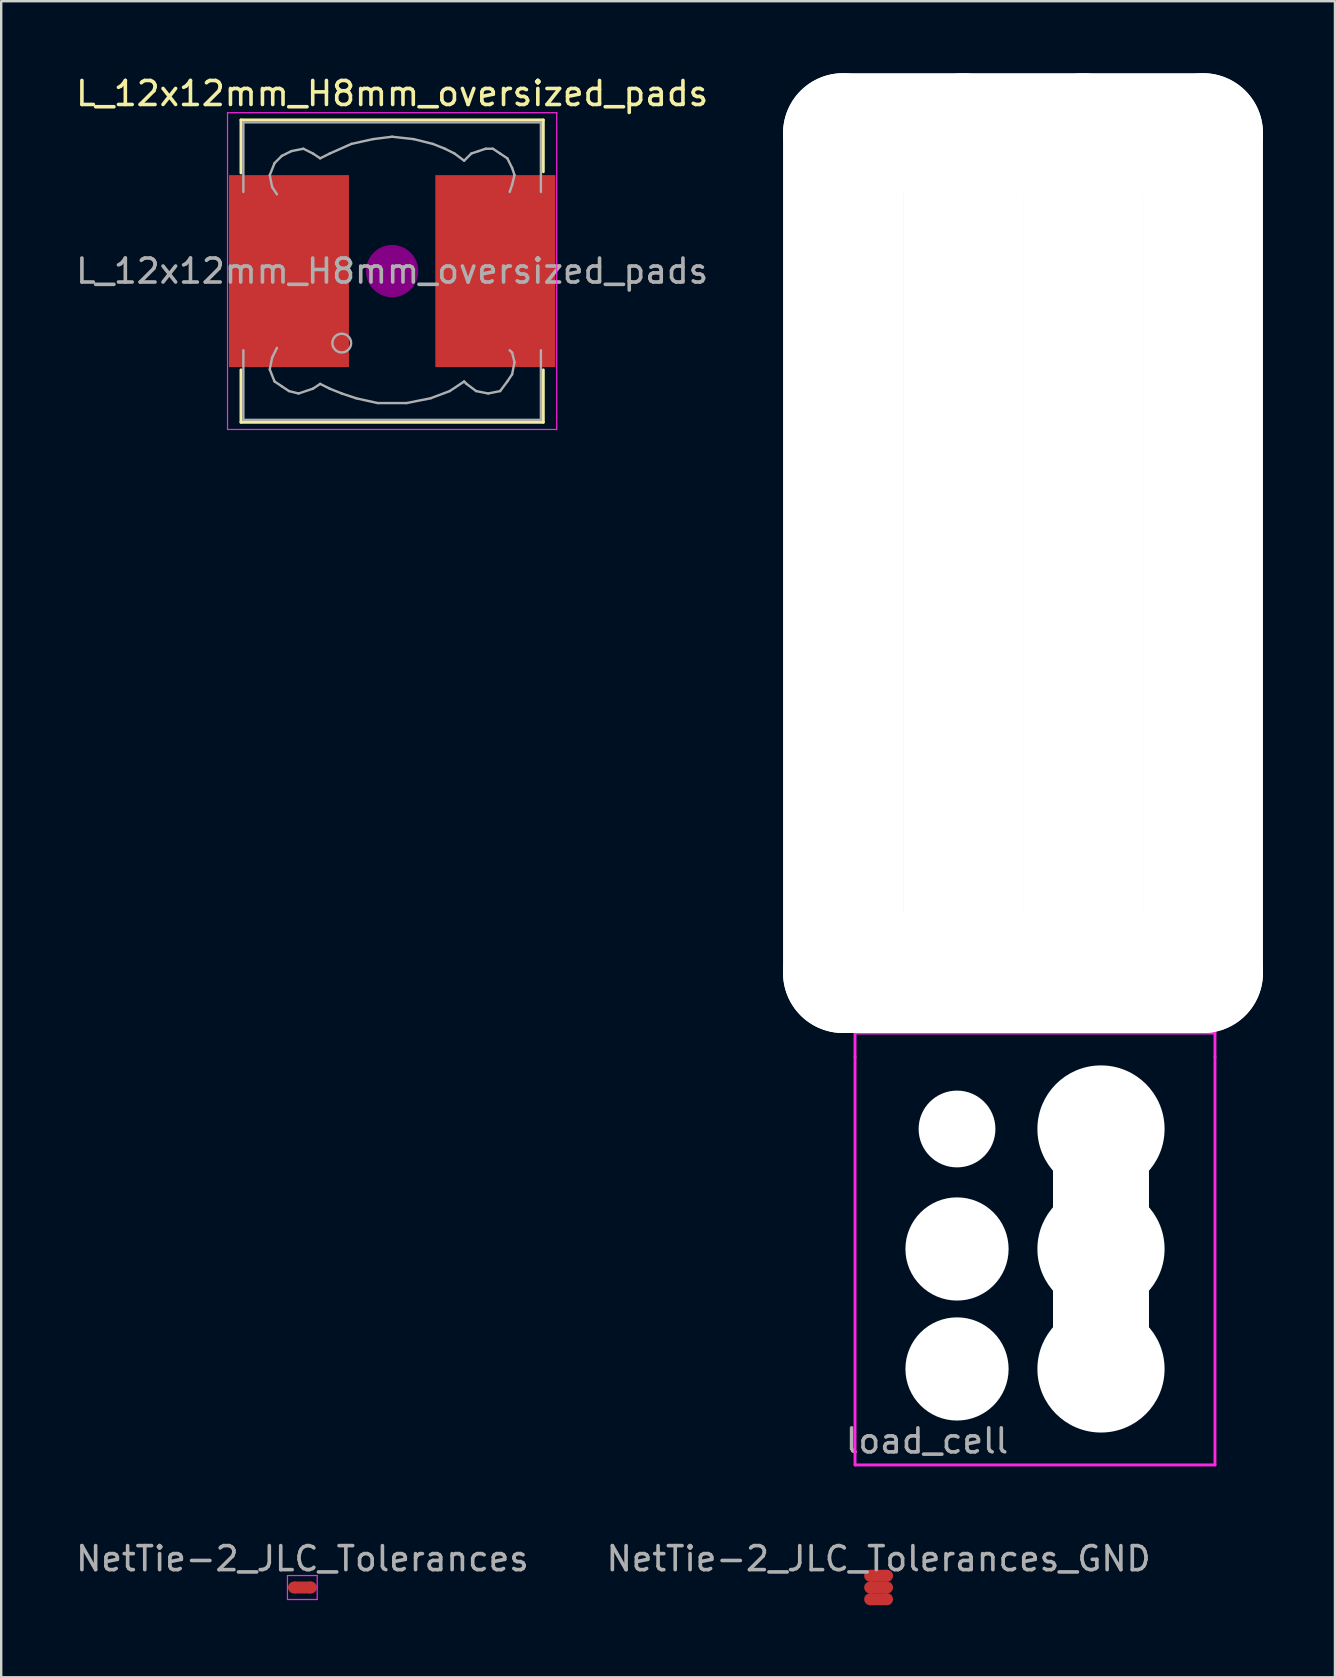
<source format=kicad_pcb>
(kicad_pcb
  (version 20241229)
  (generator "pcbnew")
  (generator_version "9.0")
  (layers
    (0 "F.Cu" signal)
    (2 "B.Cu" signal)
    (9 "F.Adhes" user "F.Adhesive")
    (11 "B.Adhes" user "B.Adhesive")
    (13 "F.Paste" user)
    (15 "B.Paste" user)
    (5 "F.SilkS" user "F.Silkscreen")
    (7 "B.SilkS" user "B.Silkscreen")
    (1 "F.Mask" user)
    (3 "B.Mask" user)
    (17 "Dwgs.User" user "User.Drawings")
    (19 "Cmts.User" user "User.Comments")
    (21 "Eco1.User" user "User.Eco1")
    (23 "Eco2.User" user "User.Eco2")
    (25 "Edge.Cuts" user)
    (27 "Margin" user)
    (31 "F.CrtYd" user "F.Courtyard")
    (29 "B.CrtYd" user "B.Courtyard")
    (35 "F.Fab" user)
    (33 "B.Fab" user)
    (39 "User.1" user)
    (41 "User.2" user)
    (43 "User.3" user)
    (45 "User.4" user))
  (footprint "NetTie-2_JLC_Tolerances"
    (layer "F.Cu")
    (at 9.554 63.108)
    (property "Reference" "NetTie-2_JLC_Tolerances" (at 0 -1.2 0) (layer "F.Fab") (effects (font (size 1 1) (thickness 0.15))))
    (attr exclude_from_pos_files exclude_from_bom)
    (fp_poly (pts (xy -0.351 -0.249) (xy 0.356 -0.249) (xy 0.356 0.249) (xy -0.351 0.249)) (stroke (width 0) (type solid)) (fill yes) (layer "F.Cu"))
    (fp_line (start -0.625 -0.5) (end -0.625 0.5) (stroke (width 0.05) (type solid)) (layer "F.CrtYd"))
    (fp_line (start -0.625 0.5) (end 0.615 0.5) (stroke (width 0.05) (type solid)) (layer "F.CrtYd"))
    (fp_line (start 0.615 -0.5) (end -0.625 -0.5) (stroke (width 0.05) (type solid)) (layer "F.CrtYd"))
    (fp_line (start 0.615 0.5) (end 0.615 -0.5) (stroke (width 0.05) (type solid)) (layer "F.CrtYd"))
    (pad "1" smd circle (at -0.351 0) (size 0.5 0.5) (layers "F.Cu"))
    (pad "2" smd circle (at 0.351 0) (size 0.5 0.5) (layers "F.Cu")))
  (footprint "L_12x12mm_H8mm_oversized_pads"
    (layer "F.Cu")
    (at 13.292 8.248)
    (property "Reference" "L_12x12mm_H8mm_oversized_pads" (at 0 -7.4 0) (layer "F.SilkS") (effects (font (size 1 1) (thickness 0.15))))
    (attr smd)
    (fp_line (start -6.3 -6.3) (end 6.3 -6.3) (stroke (width 0.12) (type solid)) (layer "F.SilkS"))
    (fp_line (start -6.3 -4.089) (end -6.3 -6.3) (stroke (width 0.12) (type solid)) (layer "F.SilkS"))
    (fp_line (start -6.3 6.3) (end -6.3 4.115) (stroke (width 0.12) (type solid)) (layer "F.SilkS"))
    (fp_line (start 6.3 -6.3) (end 6.3 -4.14) (stroke (width 0.12) (type solid)) (layer "F.SilkS"))
    (fp_line (start 6.3 4.115) (end 6.3 6.3) (stroke (width 0.12) (type solid)) (layer "F.SilkS"))
    (fp_line (start 6.3 6.3) (end -6.3 6.3) (stroke (width 0.12) (type solid)) (layer "F.SilkS"))
    (fp_circle (center 0 0) (end 0.15 0.15) (stroke (width 0.38) (type solid)) (fill no) (layer "F.Adhes"))
    (fp_circle (center 0 0) (end 0.55 0) (stroke (width 0.38) (type solid)) (fill no) (layer "F.Adhes"))
    (fp_circle (center 0 0) (end 0.9 0) (stroke (width 0.38) (type solid)) (fill no) (layer "F.Adhes"))
    (fp_line (start -6.86 -6.6) (end 6.86 -6.6) (stroke (width 0.05) (type solid)) (layer "F.CrtYd"))
    (fp_line (start -6.86 6.6) (end -6.86 -6.6) (stroke (width 0.05) (type solid)) (layer "F.CrtYd"))
    (fp_line (start 6.86 -6.6) (end 6.86 6.6) (stroke (width 0.05) (type solid)) (layer "F.CrtYd"))
    (fp_line (start 6.86 6.6) (end -6.86 6.6) (stroke (width 0.05) (type solid)) (layer "F.CrtYd"))
    (fp_line (start -6.2 -6.2) (end -6.2 -3.3) (stroke (width 0.1) (type solid)) (layer "F.Fab"))
    (fp_line (start -6.2 3.3) (end -6.2 6.2) (stroke (width 0.1) (type solid)) (layer "F.Fab"))
    (fp_line (start -6.2 6.2) (end 6.2 6.2) (stroke (width 0.1) (type solid)) (layer "F.Fab"))
    (fp_line (start -5.1 -4) (end -5 -3.5) (stroke (width 0.1) (type solid)) (layer "F.Fab"))
    (fp_line (start -5.1 4.1) (end -5 3.6) (stroke (width 0.1) (type solid)) (layer "F.Fab"))
    (fp_line (start -5 -3.5) (end -4.8 -3.2) (stroke (width 0.1) (type solid)) (layer "F.Fab"))
    (fp_line (start -5 3.6) (end -4.8 3.2) (stroke (width 0.1) (type solid)) (layer "F.Fab"))
    (fp_line (start -4.9 -4.5) (end -5.1 -4) (stroke (width 0.1) (type solid)) (layer "F.Fab"))
    (fp_line (start -4.9 4.6) (end -5.1 4.1) (stroke (width 0.1) (type solid)) (layer "F.Fab"))
    (fp_line (start -4.6 -4.8) (end -4.9 -4.5) (stroke (width 0.1) (type solid)) (layer "F.Fab"))
    (fp_line (start -4.6 4.8) (end -4.9 4.6) (stroke (width 0.1) (type solid)) (layer "F.Fab"))
    (fp_line (start -4.3 5) (end -4.6 4.8) (stroke (width 0.1) (type solid)) (layer "F.Fab"))
    (fp_line (start -4.2 -5) (end -4.6 -4.8) (stroke (width 0.1) (type solid)) (layer "F.Fab"))
    (fp_line (start -3.9 5.1) (end -4.3 5) (stroke (width 0.1) (type solid)) (layer "F.Fab"))
    (fp_line (start -3.7 -5.1) (end -4.2 -5) (stroke (width 0.1) (type solid)) (layer "F.Fab"))
    (fp_line (start -3.3 -4.9) (end -3.7 -5.1) (stroke (width 0.1) (type solid)) (layer "F.Fab"))
    (fp_line (start -3.3 4.9) (end -3.9 5.1) (stroke (width 0.1) (type solid)) (layer "F.Fab"))
    (fp_line (start -3 -4.7) (end -3.3 -4.9) (stroke (width 0.1) (type solid)) (layer "F.Fab"))
    (fp_line (start -3 4.7) (end -3.3 4.9) (stroke (width 0.1) (type solid)) (layer "F.Fab"))
    (fp_line (start -2.6 -4.9) (end -3 -4.7) (stroke (width 0.1) (type solid)) (layer "F.Fab"))
    (fp_line (start -2.6 4.9) (end -3 4.7) (stroke (width 0.1) (type solid)) (layer "F.Fab"))
    (fp_line (start -2.1 5.1) (end -2.6 4.9) (stroke (width 0.1) (type solid)) (layer "F.Fab"))
    (fp_line (start -1.7 -5.3) (end -2.6 -4.9) (stroke (width 0.1) (type solid)) (layer "F.Fab"))
    (fp_line (start -1.5 5.3) (end -2.1 5.1) (stroke (width 0.1) (type solid)) (layer "F.Fab"))
    (fp_line (start -0.8 -5.5) (end -1.7 -5.3) (stroke (width 0.1) (type solid)) (layer "F.Fab"))
    (fp_line (start -0.6 5.5) (end -1.5 5.3) (stroke (width 0.1) (type solid)) (layer "F.Fab"))
    (fp_line (start 0 -5.6) (end -0.8 -5.5) (stroke (width 0.1) (type solid)) (layer "F.Fab"))
    (fp_line (start 0.6 5.5) (end -0.6 5.5) (stroke (width 0.1) (type solid)) (layer "F.Fab"))
    (fp_line (start 0.9 -5.5) (end 0 -5.6) (stroke (width 0.1) (type solid)) (layer "F.Fab"))
    (fp_line (start 1.6 5.3) (end 0.6 5.5) (stroke (width 0.1) (type solid)) (layer "F.Fab"))
    (fp_line (start 1.7 -5.3) (end 0.9 -5.5) (stroke (width 0.1) (type solid)) (layer "F.Fab"))
    (fp_line (start 2.2 -5.1) (end 1.7 -5.3) (stroke (width 0.1) (type solid)) (layer "F.Fab"))
    (fp_line (start 2.4 5) (end 1.6 5.3) (stroke (width 0.1) (type solid)) (layer "F.Fab"))
    (fp_line (start 2.6 -4.9) (end 2.2 -5.1) (stroke (width 0.1) (type solid)) (layer "F.Fab"))
    (fp_line (start 3 -4.6) (end 2.6 -4.9) (stroke (width 0.1) (type solid)) (layer "F.Fab"))
    (fp_line (start 3 4.6) (end 2.4 5) (stroke (width 0.1) (type solid)) (layer "F.Fab"))
    (fp_line (start 3.1 4.7) (end 3 4.6) (stroke (width 0.1) (type solid)) (layer "F.Fab"))
    (fp_line (start 3.3 -4.9) (end 3 -4.6) (stroke (width 0.1) (type solid)) (layer "F.Fab"))
    (fp_line (start 3.5 5) (end 3.1 4.7) (stroke (width 0.1) (type solid)) (layer "F.Fab"))
    (fp_line (start 3.6 -5) (end 3.3 -4.9) (stroke (width 0.1) (type solid)) (layer "F.Fab"))
    (fp_line (start 3.9 -5.1) (end 3.6 -5) (stroke (width 0.1) (type solid)) (layer "F.Fab"))
    (fp_line (start 4 5.1) (end 3.5 5) (stroke (width 0.1) (type solid)) (layer "F.Fab"))
    (fp_line (start 4.2 -5.1) (end 3.9 -5.1) (stroke (width 0.1) (type solid)) (layer "F.Fab"))
    (fp_line (start 4.5 -4.9) (end 4.2 -5.1) (stroke (width 0.1) (type solid)) (layer "F.Fab"))
    (fp_line (start 4.5 5) (end 4 5.1) (stroke (width 0.1) (type solid)) (layer "F.Fab"))
    (fp_line (start 4.8 -4.7) (end 4.5 -4.9) (stroke (width 0.1) (type solid)) (layer "F.Fab"))
    (fp_line (start 4.8 4.6) (end 4.5 5) (stroke (width 0.1) (type solid)) (layer "F.Fab"))
    (fp_line (start 4.9 -3.3) (end 5 -3.6) (stroke (width 0.1) (type solid)) (layer "F.Fab"))
    (fp_line (start 4.9 3.3) (end 5 3.4) (stroke (width 0.1) (type solid)) (layer "F.Fab"))
    (fp_line (start 5 -4.3) (end 4.8 -4.7) (stroke (width 0.1) (type solid)) (layer "F.Fab"))
    (fp_line (start 5 -3.6) (end 5.1 -4) (stroke (width 0.1) (type solid)) (layer "F.Fab"))
    (fp_line (start 5 3.4) (end 5.1 3.8) (stroke (width 0.1) (type solid)) (layer "F.Fab"))
    (fp_line (start 5 4.3) (end 4.8 4.6) (stroke (width 0.1) (type solid)) (layer "F.Fab"))
    (fp_line (start 5.1 -4) (end 5 -4.3) (stroke (width 0.1) (type solid)) (layer "F.Fab"))
    (fp_line (start 5.1 3.8) (end 5 4.3) (stroke (width 0.1) (type solid)) (layer "F.Fab"))
    (fp_line (start 6.2 -6.2) (end -6.2 -6.2) (stroke (width 0.1) (type solid)) (layer "F.Fab"))
    (fp_line (start 6.2 -6.2) (end 6.2 -3.3) (stroke (width 0.1) (type solid)) (layer "F.Fab"))
    (fp_line (start 6.2 6.2) (end 6.2 3.3) (stroke (width 0.1) (type solid)) (layer "F.Fab"))
    (fp_circle (center -2.1 3) (end -1.8 3.25) (stroke (width 0.1) (type solid)) (fill no) (layer "F.Fab"))
    (fp_text user "${REFERENCE}" (at 0 0 0) (layer "F.Fab") (effects (font (size 1 1) (thickness 0.15))))
    (pad "1" smd rect (at -4.3 0) (size 5 8) (layers "F.Cu" "F.Mask" "F.Paste"))
    (pad "2" smd rect (at 4.3 0) (size 5 8) (layers "F.Cu" "F.Mask" "F.Paste")))
  (footprint "load_cell"
    (layer "F.Cu")
    (at 39.583 25)
    (property "Reference" "load_cell" (at -4 32 0) (layer "F.Fab") (effects (font (size 1 1) (thickness 0.15))))
    (attr through_hole)
    (fp_line (start -7 15) (end -7 16) (stroke (width 0.12) (type solid)) (layer "F.CrtYd"))
    (fp_line (start -7 16) (end -7 33) (stroke (width 0.12) (type solid)) (layer "F.CrtYd"))
    (fp_line (start -7 33) (end 8 33) (stroke (width 0.12) (type solid)) (layer "F.CrtYd"))
    (fp_line (start 8 15) (end -7 15) (stroke (width 0.12) (type solid)) (layer "F.CrtYd"))
    (fp_line (start 8 16) (end 8 15) (stroke (width 0.12) (type solid)) (layer "F.CrtYd"))
    (fp_line (start 8 33) (end 8 16) (stroke (width 0.12) (type solid)) (layer "F.CrtYd"))
    (pad "" np_thru_hole oval (at -7.5 -5) (size 5 40) (drill oval 5 40) (layers "*.Cu" "*.Mask"))
    (pad "" np_thru_hole circle (at -2.75 19) (size 3.2 3.2) (drill 3.2) (layers "*.Cu" "*.Mask"))
    (pad "" np_thru_hole circle (at -2.75 24) (size 4.3 4.3) (drill 4.3) (layers "*.Cu" "*.Mask"))
    (pad "" np_thru_hole circle (at -2.75 29) (size 4.3 4.3) (drill 4.3) (layers "*.Cu" "*.Mask"))
    (pad "" np_thru_hole oval (at -2.5 -5) (size 5 40) (drill oval 5 40) (layers "*.Cu" "*.Mask"))
    (pad "" np_thru_hole oval (at 0 -22.5 90) (size 5 20) (drill oval 5 20) (layers "*.Cu" "*.Mask"))
    (pad "" np_thru_hole oval (at 0 12.5 90) (size 5 20) (drill oval 5 20) (layers "*.Cu" "*.Mask"))
    (pad "" np_thru_hole oval (at 2.5 -5) (size 5 40) (drill oval 5 40) (layers "*.Cu" "*.Mask"))
    (pad "" np_thru_hole circle (at 3.25 19) (size 5.3 5.3) (drill 5.3) (layers "*.Cu" "*.Mask"))
    (pad "" np_thru_hole oval (at 3.25 24) (size 4 12) (drill oval 4 12) (layers "*.Cu" "*.Mask"))
    (pad "" np_thru_hole circle (at 3.25 24) (size 5.3 5.3) (drill 5.3) (layers "*.Cu" "*.Mask"))
    (pad "" np_thru_hole circle (at 3.25 29) (size 5.3 5.3) (drill 5.3) (layers "*.Cu" "*.Mask"))
    (pad "" np_thru_hole oval (at 7.5 -5) (size 5 40) (drill oval 5 40) (layers "*.Cu" "*.Mask")))
  (footprint "NetTie-2_JLC_Tolerances_GND"
    (layer "F.Cu")
    (at 33.565 63.108)
    (property "Reference" "NetTie-2_JLC_Tolerances_GND" (at 0 -1.2 0) (layer "F.Fab") (effects (font (size 1 1) (thickness 0.15))))
    (attr exclude_from_pos_files exclude_from_bom)
    (fp_poly (pts (xy -0.351 -0.739) (xy 0.356 -0.739) (xy 0.356 -0.241) (xy -0.351 -0.241)) (stroke (width 0) (type solid)) (fill yes) (layer "F.Cu"))
    (fp_poly (pts (xy -0.351 -0.249) (xy 0.356 -0.249) (xy 0.356 0.249) (xy -0.351 0.249)) (stroke (width 0) (type solid)) (fill yes) (layer "F.Cu"))
    (fp_poly (pts (xy -0.351 0.241) (xy 0.356 0.241) (xy 0.356 0.739) (xy -0.351 0.739)) (stroke (width 0) (type solid)) (fill yes) (layer "F.Cu"))
    (pad "1" smd circle (at -0.351 -0.49) (size 0.5 0.5) (layers "F.Cu"))
    (pad "1" smd circle (at -0.351 0) (size 0.5 0.5) (layers "F.Cu"))
    (pad "1" smd circle (at -0.351 0.49) (size 0.5 0.5) (layers "F.Cu"))
    (pad "2" smd circle (at 0.351 -0.49) (size 0.5 0.5) (layers "F.Cu"))
    (pad "2" smd circle (at 0.351 0) (size 0.5 0.5) (layers "F.Cu"))
    (pad "2" smd circle (at 0.351 0.49) (size 0.5 0.5) (layers "F.Cu")))
  (gr_rect
    (start -3 -3)
    (end 52.583 66.848)
    (stroke (width 0.1) (type default))
    (fill no)
    (layer "Edge.Cuts")))
</source>
